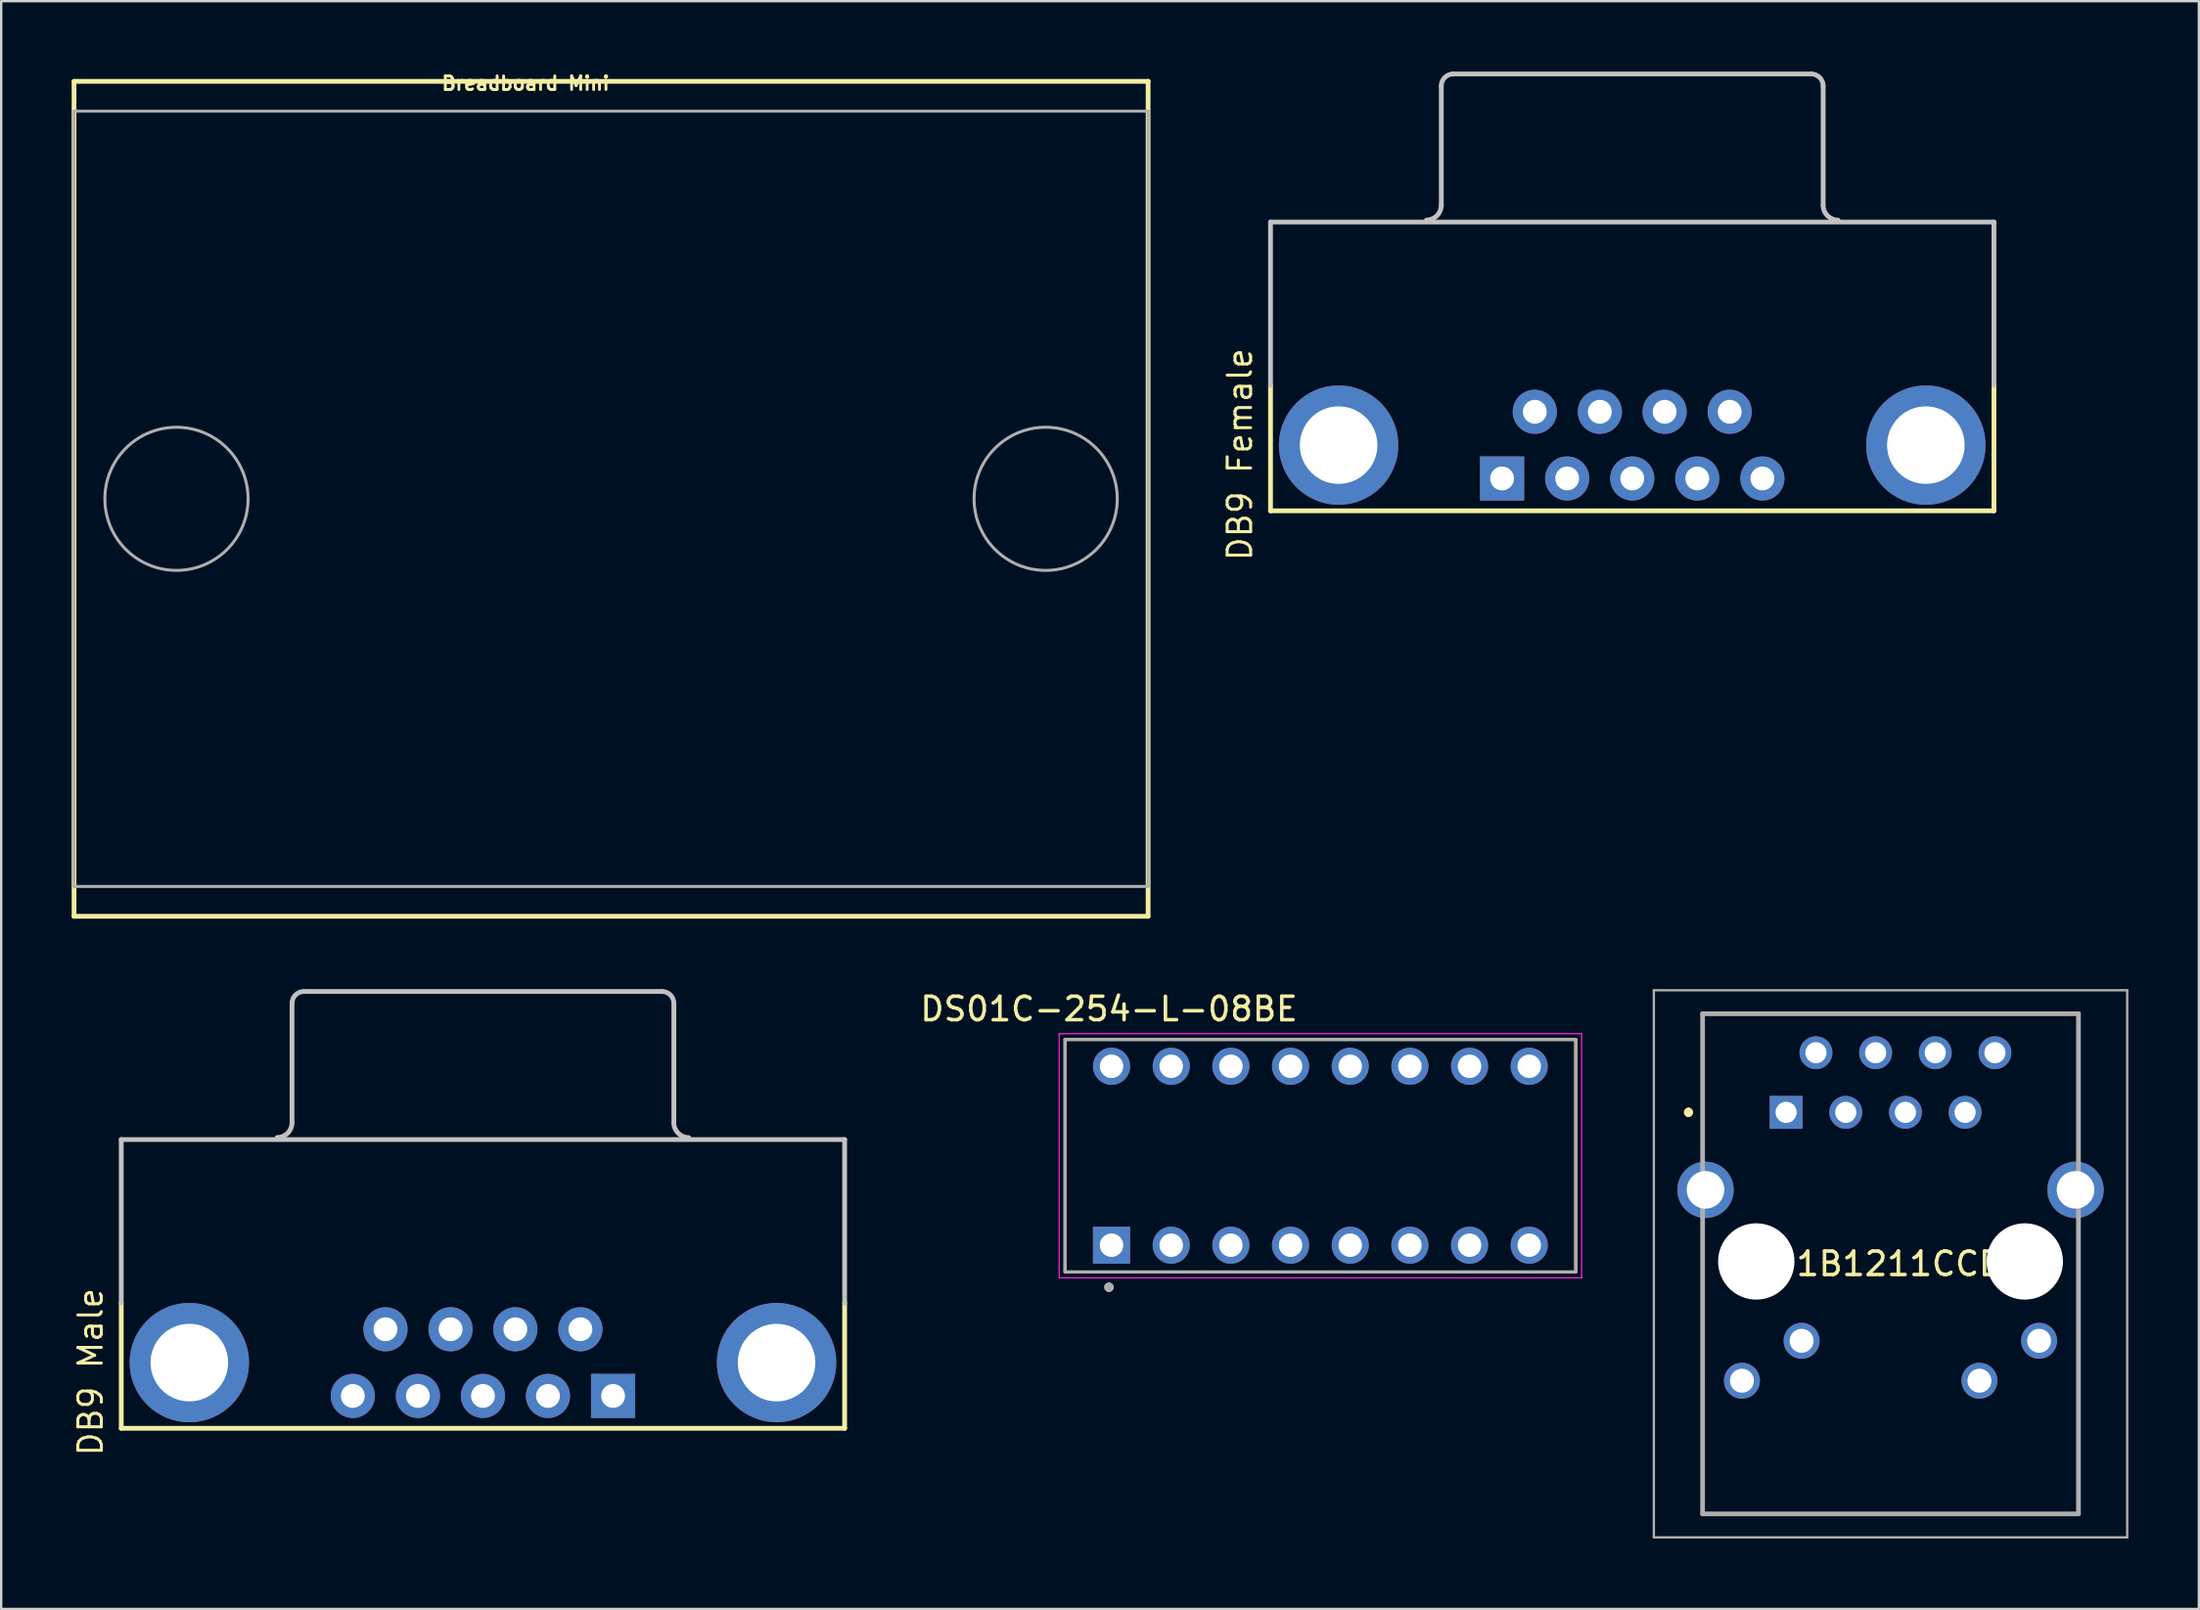
<source format=kicad_pcb>
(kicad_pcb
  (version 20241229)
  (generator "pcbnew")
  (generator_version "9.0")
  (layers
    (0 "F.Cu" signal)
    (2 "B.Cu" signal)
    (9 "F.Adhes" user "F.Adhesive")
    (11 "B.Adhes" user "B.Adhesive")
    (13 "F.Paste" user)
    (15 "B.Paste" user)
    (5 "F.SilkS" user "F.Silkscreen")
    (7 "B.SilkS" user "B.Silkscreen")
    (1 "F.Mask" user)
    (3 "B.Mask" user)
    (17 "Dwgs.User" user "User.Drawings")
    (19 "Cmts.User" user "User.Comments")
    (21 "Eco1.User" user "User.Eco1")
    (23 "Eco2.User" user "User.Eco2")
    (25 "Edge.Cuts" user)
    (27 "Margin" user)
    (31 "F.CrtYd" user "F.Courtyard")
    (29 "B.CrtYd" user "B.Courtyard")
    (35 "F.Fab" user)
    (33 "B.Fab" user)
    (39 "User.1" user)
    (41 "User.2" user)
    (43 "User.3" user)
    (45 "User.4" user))
  (footprint "DB9 Male"
    (layer "F.Cu")
    (at 17.508 54.984)
    (property "Reference" "DB9 Male" (at -16.7 0.4 90) (layer "F.SilkS") (effects (font (size 1 1) (thickness 0.127))))
    (attr exclude_from_pos_files exclude_from_bom)
    (fp_line (start -15.397 2.799) (end -15.397 -2.54) (stroke (width 0.203) (type solid)) (layer "F.SilkS"))
    (fp_line (start -15.397 2.799) (end 15.397 2.799) (stroke (width 0.203) (type solid)) (layer "F.SilkS"))
    (fp_line (start 15.397 2.799) (end 15.397 -2.54) (stroke (width 0.203) (type solid)) (layer "F.SilkS"))
    (fp_line (start -15.397 -9.5) (end 15.397 -9.5) (stroke (width 0.203) (type solid)) (layer "Dwgs.User"))
    (fp_line (start -15.397 -2.543) (end -15.397 -9.5) (stroke (width 0.203) (type solid)) (layer "Dwgs.User"))
    (fp_line (start -8.128 -10.218) (end -8.128 -15.298) (stroke (width 0.203) (type solid)) (layer "Dwgs.User"))
    (fp_line (start -7.62 -15.806) (end 7.62 -15.806) (stroke (width 0.203) (type solid)) (layer "Dwgs.User"))
    (fp_line (start 8.128 -10.218) (end 8.128 -15.298) (stroke (width 0.203) (type solid)) (layer "Dwgs.User"))
    (fp_line (start 15.397 -2.54) (end 15.397 -9.5) (stroke (width 0.203) (type solid)) (layer "Dwgs.User"))
    (fp_arc (start -8.128 -15.29842) (mid -7.97921 -15.65763) (end -7.62 -15.80642) (stroke (width 0.2032) (type solid)) (layer "Dwgs.User"))
    (fp_arc (start -8.128 -10.21842) (mid -8.313243 -9.771203) (end -8.76046 -9.58596) (stroke (width 0.2032) (type solid)) (layer "Dwgs.User"))
    (fp_arc (start 7.62 -15.80642) (mid 7.97921 -15.65763) (end 8.128 -15.29842) (stroke (width 0.2032) (type solid)) (layer "Dwgs.User"))
    (fp_arc (start 8.76046 -9.58342) (mid 8.311447 -9.769407) (end 8.12546 -10.21842) (stroke (width 0.2032) (type solid)) (layer "Dwgs.User"))
    (pad "1" thru_hole rect (at 5.54 1.42) (size 1.88 1.88) (drill 1.016) (layers "*.Cu" "*.Mask"))
    (pad "2" thru_hole circle (at 2.769 1.42) (size 1.88 1.88) (drill 1.016) (layers "*.Cu" "*.Mask"))
    (pad "3" thru_hole circle (at 0 1.42) (size 1.88 1.88) (drill 1.016) (layers "*.Cu" "*.Mask"))
    (pad "4" thru_hole circle (at -2.769 1.42) (size 1.88 1.88) (drill 1.016) (layers "*.Cu" "*.Mask"))
    (pad "5" thru_hole circle (at -5.54 1.42) (size 1.88 1.88) (drill 1.016) (layers "*.Cu" "*.Mask"))
    (pad "6" thru_hole circle (at 4.148 -1.42) (size 1.88 1.88) (drill 1.016) (layers "*.Cu" "*.Mask"))
    (pad "7" thru_hole circle (at 1.379 -1.42) (size 1.88 1.88) (drill 1.016) (layers "*.Cu" "*.Mask"))
    (pad "8" thru_hole circle (at -1.379 -1.42) (size 1.88 1.88) (drill 1.016) (layers "*.Cu" "*.Mask"))
    (pad "9" thru_hole circle (at -4.148 -1.42) (size 1.88 1.88) (drill 1.016) (layers "*.Cu" "*.Mask"))
    (pad "G1" thru_hole circle (at -12.499 0) (size 5.08 5.08) (drill 3.302) (layers "*.Cu" "*.Mask"))
    (pad "G2" thru_hole circle (at 12.499 0) (size 5.08 5.08) (drill 3.302) (layers "*.Cu" "*.Mask")))
  (footprint "DB9 Female"
    (layer "F.Cu")
    (at 66.431 15.908)
    (property "Reference" "DB9 Female" (at -16.7 0.4 90) (layer "F.SilkS") (effects (font (size 1 1) (thickness 0.127))))
    (attr exclude_from_pos_files exclude_from_bom)
    (fp_line (start -15.397 2.799) (end -15.397 -2.54) (stroke (width 0.203) (type solid)) (layer "F.SilkS"))
    (fp_line (start -15.397 2.799) (end 15.397 2.799) (stroke (width 0.203) (type solid)) (layer "F.SilkS"))
    (fp_line (start 15.397 2.799) (end 15.397 -2.54) (stroke (width 0.203) (type solid)) (layer "F.SilkS"))
    (fp_line (start -15.397 -9.5) (end 15.397 -9.5) (stroke (width 0.203) (type solid)) (layer "Dwgs.User"))
    (fp_line (start -15.397 -2.543) (end -15.397 -9.5) (stroke (width 0.203) (type solid)) (layer "Dwgs.User"))
    (fp_line (start -8.128 -10.218) (end -8.128 -15.298) (stroke (width 0.203) (type solid)) (layer "Dwgs.User"))
    (fp_line (start -7.62 -15.806) (end 7.62 -15.806) (stroke (width 0.203) (type solid)) (layer "Dwgs.User"))
    (fp_line (start 8.128 -10.218) (end 8.128 -15.298) (stroke (width 0.203) (type solid)) (layer "Dwgs.User"))
    (fp_line (start 15.397 -2.54) (end 15.397 -9.5) (stroke (width 0.203) (type solid)) (layer "Dwgs.User"))
    (fp_arc (start -8.128 -15.29842) (mid -7.97921 -15.65763) (end -7.62 -15.80642) (stroke (width 0.2032) (type solid)) (layer "Dwgs.User"))
    (fp_arc (start -8.128 -10.21842) (mid -8.313243 -9.771203) (end -8.76046 -9.58596) (stroke (width 0.2032) (type solid)) (layer "Dwgs.User"))
    (fp_arc (start 7.62 -15.80642) (mid 7.97921 -15.65763) (end 8.128 -15.29842) (stroke (width 0.2032) (type solid)) (layer "Dwgs.User"))
    (fp_arc (start 8.76046 -9.58342) (mid 8.311447 -9.769407) (end 8.12546 -10.21842) (stroke (width 0.2032) (type solid)) (layer "Dwgs.User"))
    (pad "1" thru_hole rect (at -5.54 1.42) (size 1.88 1.88) (drill 1.016) (layers "*.Cu" "*.Mask"))
    (pad "2" thru_hole circle (at -2.769 1.42) (size 1.88 1.88) (drill 1.016) (layers "*.Cu" "*.Mask"))
    (pad "3" thru_hole circle (at 0 1.42) (size 1.88 1.88) (drill 1.016) (layers "*.Cu" "*.Mask"))
    (pad "4" thru_hole circle (at 2.769 1.42) (size 1.88 1.88) (drill 1.016) (layers "*.Cu" "*.Mask"))
    (pad "5" thru_hole circle (at 5.54 1.42) (size 1.88 1.88) (drill 1.016) (layers "*.Cu" "*.Mask"))
    (pad "6" thru_hole circle (at -4.148 -1.42) (size 1.88 1.88) (drill 1.016) (layers "*.Cu" "*.Mask"))
    (pad "7" thru_hole circle (at -1.379 -1.42) (size 1.88 1.88) (drill 1.016) (layers "*.Cu" "*.Mask"))
    (pad "8" thru_hole circle (at 1.379 -1.42) (size 1.88 1.88) (drill 1.016) (layers "*.Cu" "*.Mask"))
    (pad "9" thru_hole circle (at 4.148 -1.42) (size 1.88 1.88) (drill 1.016) (layers "*.Cu" "*.Mask"))
    (pad "G1" thru_hole circle (at -12.499 0) (size 5.08 5.08) (drill 3.302) (layers "*.Cu" "*.Mask"))
    (pad "G2" thru_hole circle (at 12.499 0) (size 5.08 5.08) (drill 3.302) (layers "*.Cu" "*.Mask")))
  (footprint "DS01C-254-L-08BE"
    (layer "F.Cu")
    (at 53.156 46.174)
    (property "Reference" "DS01C-254-L-08BE" (at -9 -6.25 0) (layer "F.SilkS") (effects (font (size 1 1) (thickness 0.15))))
    (attr through_hole)
    (fp_line (start -10.87 -4.95) (end 10.87 -4.95) (stroke (width 0.127) (type solid)) (layer "F.SilkS"))
    (fp_line (start -10.87 4.95) (end -10.87 -4.95) (stroke (width 0.127) (type solid)) (layer "F.SilkS"))
    (fp_line (start 10.87 -4.95) (end 10.87 4.95) (stroke (width 0.127) (type solid)) (layer "F.SilkS"))
    (fp_line (start 10.87 4.95) (end -10.87 4.95) (stroke (width 0.127) (type solid)) (layer "F.SilkS"))
    (fp_circle (center -9 5.6) (end -8.9 5.6) (stroke (width 0.2) (type solid)) (fill no) (layer "F.SilkS"))
    (fp_line (start -11.12 -5.2) (end -11.12 5.2) (stroke (width 0.05) (type solid)) (layer "F.CrtYd"))
    (fp_line (start -11.12 5.2) (end 11.12 5.2) (stroke (width 0.05) (type solid)) (layer "F.CrtYd"))
    (fp_line (start 11.12 -5.2) (end -11.12 -5.2) (stroke (width 0.05) (type solid)) (layer "F.CrtYd"))
    (fp_line (start 11.12 5.2) (end 11.12 -5.2) (stroke (width 0.05) (type solid)) (layer "F.CrtYd"))
    (fp_line (start -10.87 -4.95) (end 10.87 -4.95) (stroke (width 0.127) (type solid)) (layer "F.Fab"))
    (fp_line (start -10.87 4.95) (end -10.87 -4.95) (stroke (width 0.127) (type solid)) (layer "F.Fab"))
    (fp_line (start 10.87 -4.95) (end 10.87 4.95) (stroke (width 0.127) (type solid)) (layer "F.Fab"))
    (fp_line (start 10.87 4.95) (end -10.87 4.95) (stroke (width 0.127) (type solid)) (layer "F.Fab"))
    (fp_circle (center -9 5.6) (end -8.9 5.6) (stroke (width 0.2) (type solid)) (fill no) (layer "F.Fab"))
    (pad "1" thru_hole rect (at -8.89 3.81) (size 1.58 1.58) (drill 1) (layers "*.Cu" "*.Mask"))
    (pad "2" thru_hole circle (at -6.35 3.81) (size 1.58 1.58) (drill 1) (layers "*.Cu" "*.Mask"))
    (pad "3" thru_hole circle (at -3.81 3.81) (size 1.58 1.58) (drill 1) (layers "*.Cu" "*.Mask"))
    (pad "4" thru_hole circle (at -1.27 3.81) (size 1.58 1.58) (drill 1) (layers "*.Cu" "*.Mask"))
    (pad "5" thru_hole circle (at 1.27 3.81) (size 1.58 1.58) (drill 1) (layers "*.Cu" "*.Mask"))
    (pad "6" thru_hole circle (at 3.81 3.81) (size 1.58 1.58) (drill 1) (layers "*.Cu" "*.Mask"))
    (pad "7" thru_hole circle (at 6.35 3.81) (size 1.58 1.58) (drill 1) (layers "*.Cu" "*.Mask"))
    (pad "8" thru_hole circle (at 8.89 3.81) (size 1.58 1.58) (drill 1) (layers "*.Cu" "*.Mask"))
    (pad "9" thru_hole circle (at 8.89 -3.81) (size 1.58 1.58) (drill 1) (layers "*.Cu" "*.Mask"))
    (pad "10" thru_hole circle (at 6.35 -3.81) (size 1.58 1.58) (drill 1) (layers "*.Cu" "*.Mask"))
    (pad "11" thru_hole circle (at 3.81 -3.81) (size 1.58 1.58) (drill 1) (layers "*.Cu" "*.Mask"))
    (pad "12" thru_hole circle (at 1.27 -3.81) (size 1.58 1.58) (drill 1) (layers "*.Cu" "*.Mask"))
    (pad "13" thru_hole circle (at -1.27 -3.81) (size 1.58 1.58) (drill 1) (layers "*.Cu" "*.Mask"))
    (pad "14" thru_hole circle (at -3.81 -3.81) (size 1.58 1.58) (drill 1) (layers "*.Cu" "*.Mask"))
    (pad "15" thru_hole circle (at -6.35 -3.81) (size 1.58 1.58) (drill 1) (layers "*.Cu" "*.Mask"))
    (pad "16" thru_hole circle (at -8.89 -3.81) (size 1.58 1.58) (drill 1) (layers "*.Cu" "*.Mask")))
  (footprint "J1B1211CCD"
    (layer "F.Cu")
    (at 77.426 50.776)
    (property "Reference" "J1B1211CCD" (at 0 0 0) (layer "F.SilkS") (effects (font (size 1 1) (thickness 0.15))))
    (attr through_hole)
    (fp_line (start -8.6 -6.55) (end -8.6 -6.55) (stroke (width 0.2) (type solid)) (layer "F.SilkS"))
    (fp_line (start -8.6 -6.35) (end -8.6 -6.35) (stroke (width 0.2) (type solid)) (layer "F.SilkS"))
    (fp_line (start -8 -10.65) (end 8 -10.65) (stroke (width 0.1) (type solid)) (layer "F.SilkS"))
    (fp_line (start -8 -4.85) (end -8 -10.65) (stroke (width 0.1) (type solid)) (layer "F.SilkS"))
    (fp_line (start -8 -1.35) (end -8 10.65) (stroke (width 0.1) (type solid)) (layer "F.SilkS"))
    (fp_line (start -8 10.65) (end 8 10.65) (stroke (width 0.1) (type solid)) (layer "F.SilkS"))
    (fp_line (start 8 -10.65) (end 8 -4.85) (stroke (width 0.1) (type solid)) (layer "F.SilkS"))
    (fp_line (start 8 10.65) (end 8 -1.35) (stroke (width 0.1) (type solid)) (layer "F.SilkS"))
    (fp_arc (start -8.6 -6.55) (mid -8.5 -6.45) (end -8.6 -6.35) (stroke (width 0.2) (type solid)) (layer "F.SilkS"))
    (fp_arc (start -8.6 -6.35) (mid -8.7 -6.45) (end -8.6 -6.55) (stroke (width 0.2) (type solid)) (layer "F.SilkS"))
    (fp_line (start -10.075 -11.65) (end 10.075 -11.65) (stroke (width 0.1) (type solid)) (layer "F.Fab"))
    (fp_line (start -10.075 11.65) (end -10.075 -11.65) (stroke (width 0.1) (type solid)) (layer "F.Fab"))
    (fp_line (start -8 -10.65) (end 8 -10.65) (stroke (width 0.2) (type solid)) (layer "F.Fab"))
    (fp_line (start -8 10.65) (end -8 -10.65) (stroke (width 0.2) (type solid)) (layer "F.Fab"))
    (fp_line (start 8 -10.65) (end 8 10.65) (stroke (width 0.2) (type solid)) (layer "F.Fab"))
    (fp_line (start 8 10.65) (end -8 10.65) (stroke (width 0.2) (type solid)) (layer "F.Fab"))
    (fp_line (start 10.075 -11.65) (end 10.075 11.65) (stroke (width 0.1) (type solid)) (layer "F.Fab"))
    (fp_line (start 10.075 11.65) (end -10.075 11.65) (stroke (width 0.1) (type solid)) (layer "F.Fab"))
    (pad "" np_thru_hole circle (at -5.715 -0.1) (size 3.25 3.25) (drill 3.25) (layers "*.Cu" "*.Mask"))
    (pad "" np_thru_hole circle (at 5.715 -0.1) (size 3.25 3.25) (drill 3.25) (layers "*.Cu" "*.Mask"))
    (pad "1" thru_hole rect (at -4.445 -6.45) (size 1.4 1.4) (drill 0.9) (layers "*.Cu" "*.Mask"))
    (pad "2" thru_hole circle (at -3.175 -8.99) (size 1.4 1.4) (drill 0.9) (layers "*.Cu" "*.Mask"))
    (pad "3" thru_hole circle (at -1.905 -6.45) (size 1.4 1.4) (drill 0.9) (layers "*.Cu" "*.Mask"))
    (pad "4" thru_hole circle (at -0.635 -8.99) (size 1.4 1.4) (drill 0.9) (layers "*.Cu" "*.Mask"))
    (pad "5" thru_hole circle (at 0.635 -6.45) (size 1.4 1.4) (drill 0.9) (layers "*.Cu" "*.Mask"))
    (pad "6" thru_hole circle (at 1.905 -8.99) (size 1.4 1.4) (drill 0.9) (layers "*.Cu" "*.Mask"))
    (pad "7" thru_hole circle (at 3.175 -6.45) (size 1.4 1.4) (drill 0.9) (layers "*.Cu" "*.Mask"))
    (pad "8" thru_hole circle (at 4.445 -8.99) (size 1.4 1.4) (drill 0.9) (layers "*.Cu" "*.Mask"))
    (pad "9" thru_hole circle (at -6.325 4.98) (size 1.53 1.53) (drill 1.02) (layers "*.Cu" "*.Mask"))
    (pad "10" thru_hole circle (at -3.785 3.28) (size 1.53 1.53) (drill 1.02) (layers "*.Cu" "*.Mask"))
    (pad "11" thru_hole circle (at 3.785 4.98) (size 1.53 1.53) (drill 1.02) (layers "*.Cu" "*.Mask"))
    (pad "12" thru_hole circle (at 6.325 3.28) (size 1.53 1.53) (drill 1.02) (layers "*.Cu" "*.Mask"))
    (pad "13" thru_hole circle (at -7.875 -3.15) (size 2.4 2.4) (drill 1.6) (layers "*.Cu" "*.Mask"))
    (pad "14" thru_hole circle (at 7.875 -3.15) (size 2.4 2.4) (drill 1.6) (layers "*.Cu" "*.Mask")))
  (footprint "Breadboard Mini"
    (layer "F.Cu")
    (at 22.962 18.195)
    (property "Reference" "Breadboard Mini" (at 0 -18.034 0) (layer "F.SilkS") (effects (font (size 0.579 0.579) (thickness 0.122)) (justify right top)))
    (attr through_hole)
    (fp_line (start -22.86 -17.78) (end 22.86 -17.78) (stroke (width 0.203) (type solid)) (layer "F.SilkS"))
    (fp_line (start -22.86 17.78) (end -22.86 -17.78) (stroke (width 0.203) (type solid)) (layer "F.SilkS"))
    (fp_line (start 22.86 -17.78) (end 22.86 17.78) (stroke (width 0.203) (type solid)) (layer "F.SilkS"))
    (fp_line (start 22.86 17.78) (end -22.86 17.78) (stroke (width 0.203) (type solid)) (layer "F.SilkS"))
    (fp_line (start -22.86 -16.51) (end 22.86 -16.51) (stroke (width 0.127) (type solid)) (layer "F.Fab"))
    (fp_line (start -22.86 16.51) (end -22.86 -16.51) (stroke (width 0.127) (type solid)) (layer "F.Fab"))
    (fp_line (start 22.86 -16.51) (end 22.86 16.51) (stroke (width 0.127) (type solid)) (layer "F.Fab"))
    (fp_line (start 22.86 16.51) (end -22.86 16.51) (stroke (width 0.127) (type solid)) (layer "F.Fab"))
    (fp_circle (center -18.5 0) (end -15.452 0) (stroke (width 0.127) (type solid)) (fill no) (layer "F.Fab"))
    (fp_circle (center 18.5 0) (end 21.548 0) (stroke (width 0.127) (type solid)) (fill no) (layer "F.Fab")))
  (gr_rect
    (start -3 -3)
    (end 90.551 65.476)
    (stroke (width 0.1) (type default))
    (fill no)
    (layer "Edge.Cuts")))
</source>
